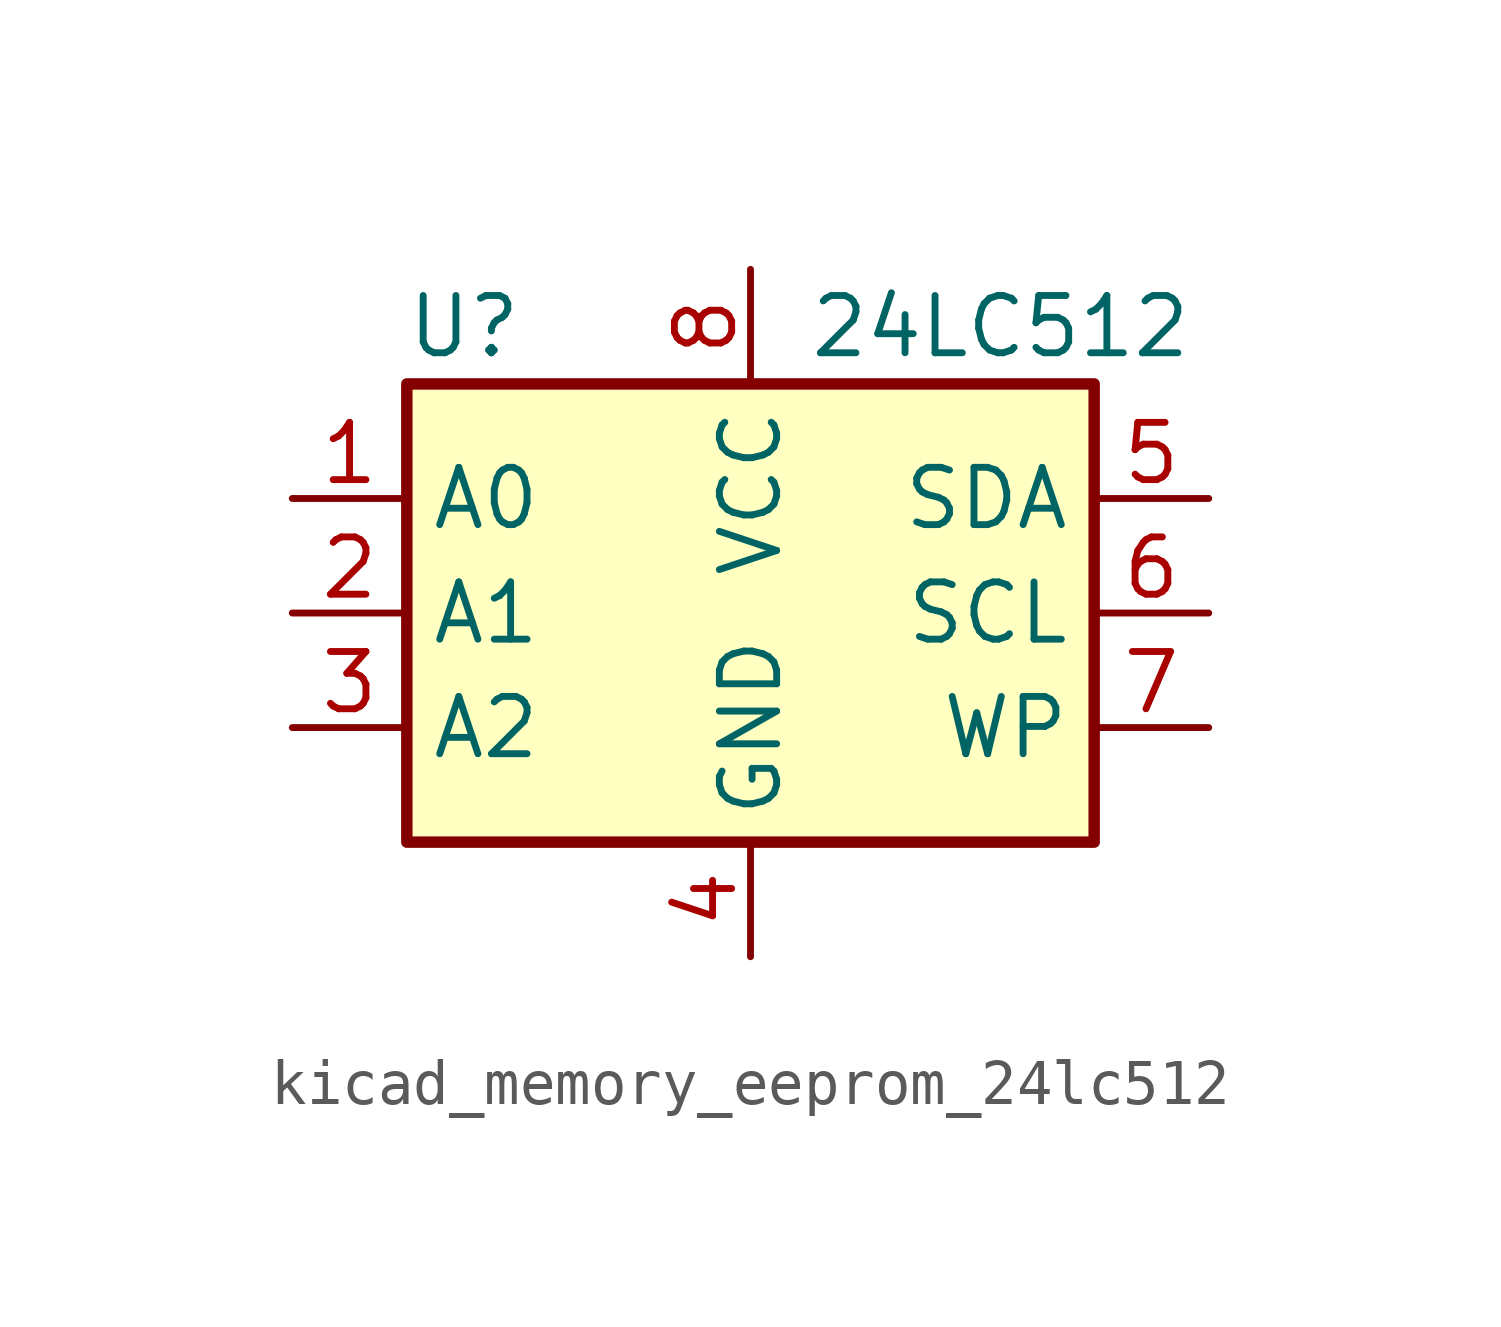
<source format=kicad_sym>
(kicad_symbol_lib
  (version 20220914)
  (generator kicad_symbol_editor)
  (symbol "kicad_memory_eeprom_24lc512"
    (property "Reference" "U"
      (at -6.35 6.35 0)
      (effects (font (size 1.27 1.27))))
    (property "Value" "24LC512"
      (at 1.27 6.35 0)
      (effects (font (size 1.27 1.27)) (justify left)))
    (symbol "kicad_memory_eeprom_24lc512_1_1"
      (rectangle (start -7.62 5.08) (end 7.62 -5.08) (stroke (width 0.254) (type default)) (fill (type background)))
      (pin input line (at -10.16 2.54 0) (length 2.54) (name "A0" (effects (font (size 1.27 1.27)))) (number "1" (effects (font (size 1.27 1.27)))))
      (pin input line (at -10.16 0 0) (length 2.54) (name "A1" (effects (font (size 1.27 1.27)))) (number "2" (effects (font (size 1.27 1.27)))))
      (pin input line (at -10.16 -2.54 0) (length 2.54) (name "A2" (effects (font (size 1.27 1.27)))) (number "3" (effects (font (size 1.27 1.27)))))
      (pin power_in line (at 0 -7.62 90) (length 2.54) (name "GND" (effects (font (size 1.27 1.27)))) (number "4" (effects (font (size 1.27 1.27)))))
      (pin bidirectional line (at 10.16 2.54 180) (length 2.54) (name "SDA" (effects (font (size 1.27 1.27)))) (number "5" (effects (font (size 1.27 1.27)))))
      (pin input line (at 10.16 0 180) (length 2.54) (name "SCL" (effects (font (size 1.27 1.27)))) (number "6" (effects (font (size 1.27 1.27)))))
      (pin input line (at 10.16 -2.54 180) (length 2.54) (name "WP" (effects (font (size 1.27 1.27)))) (number "7" (effects (font (size 1.27 1.27)))))
      (pin power_in line (at 0 7.62 270) (length 2.54) (name "VCC" (effects (font (size 1.27 1.27)))) (number "8" (effects (font (size 1.27 1.27))))))))
</source>
